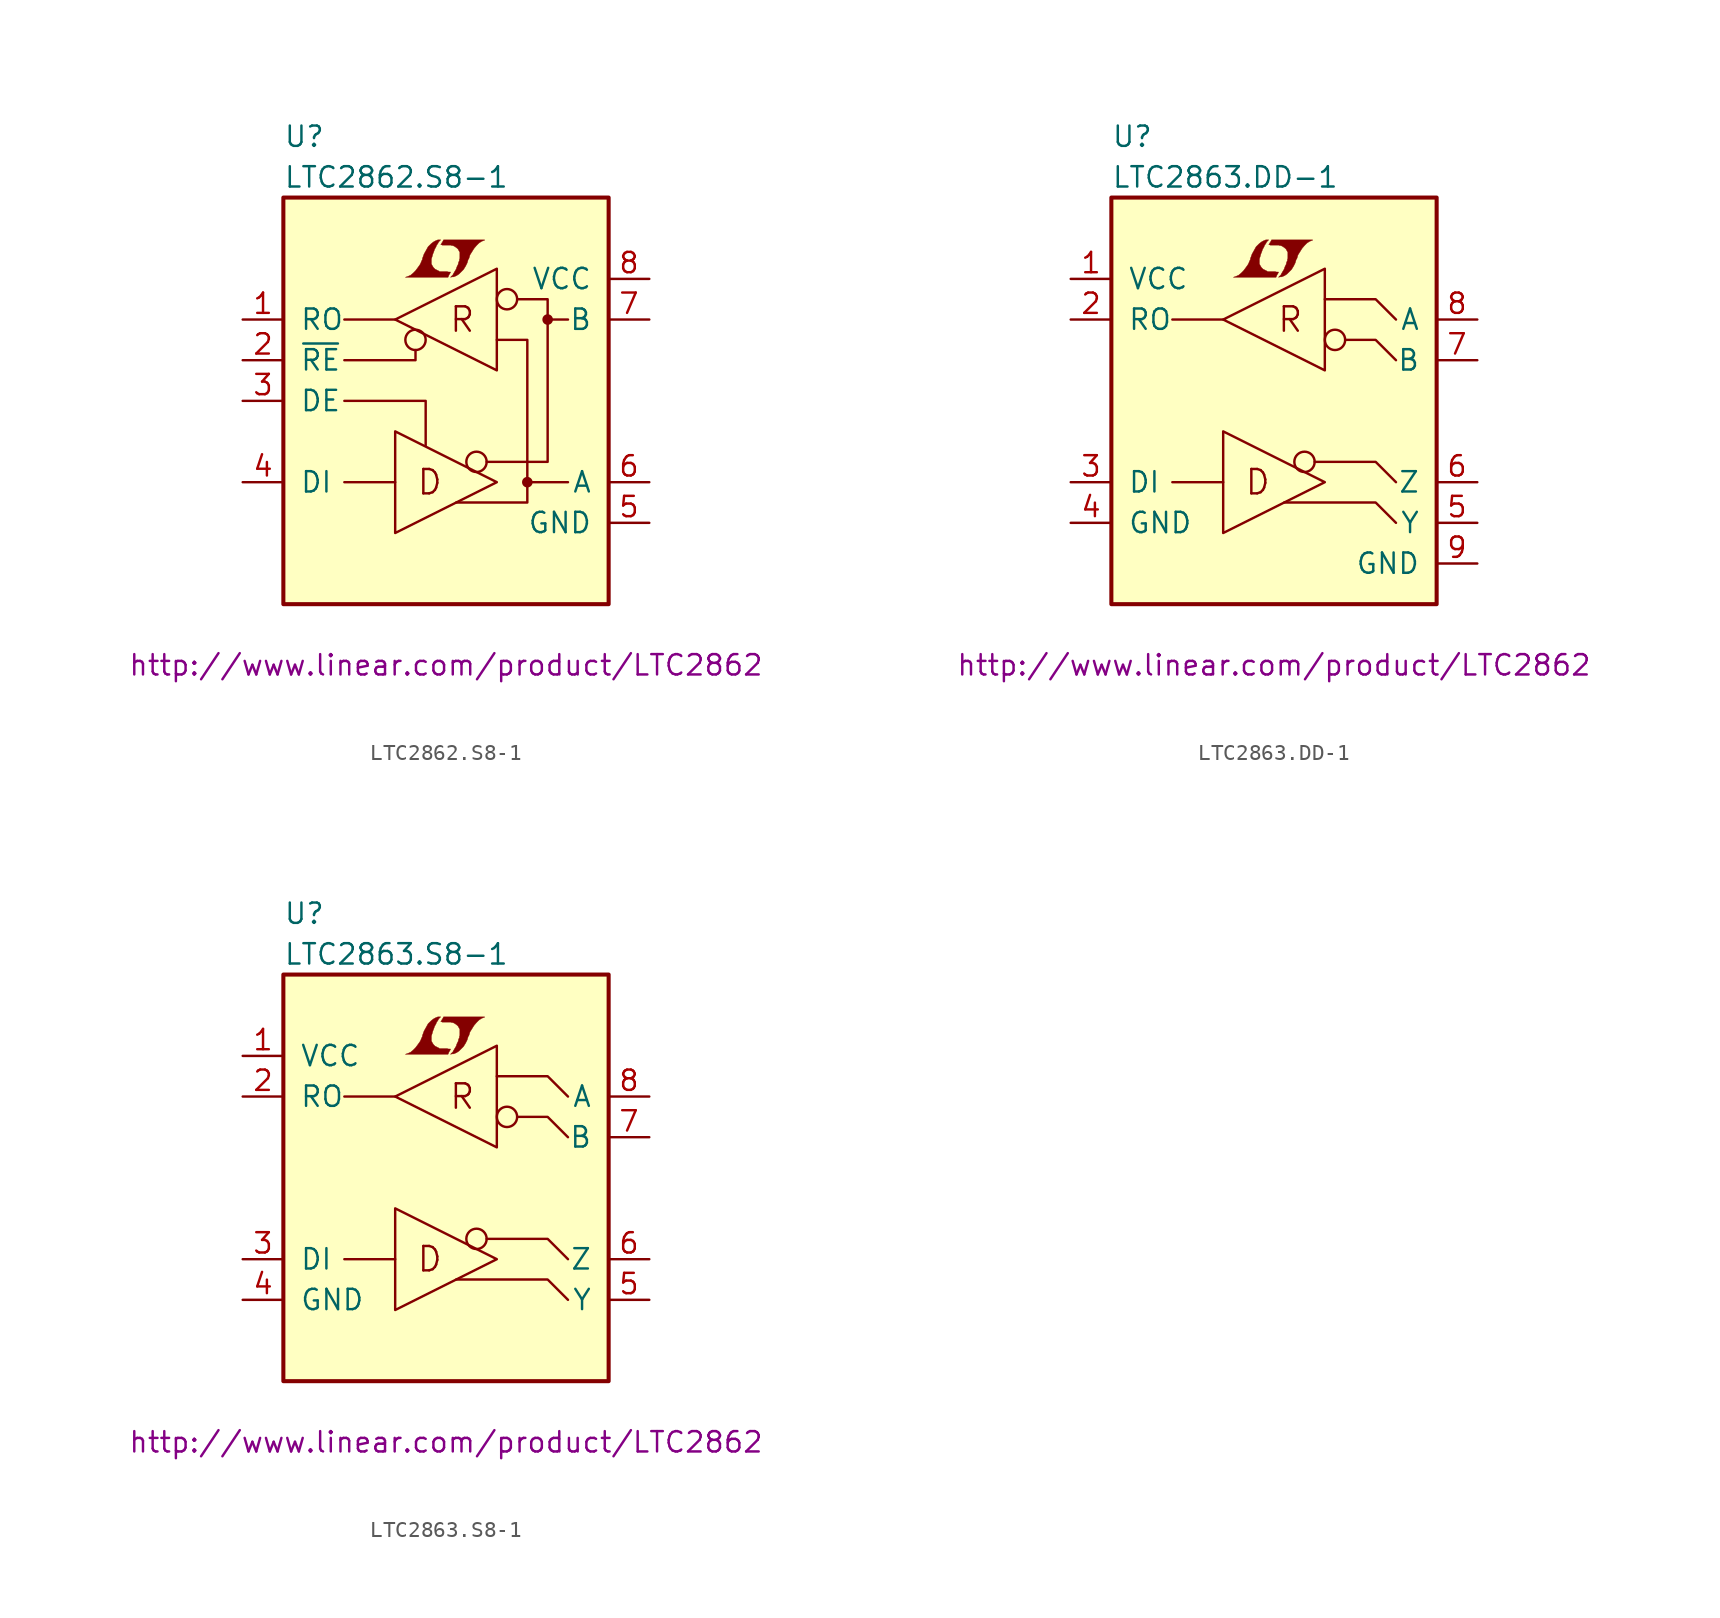
<source format=kicad_sym>
(kicad_symbol_lib
  (version 20201005)
  (generator kicad_symbol_editor)
  (symbol "LTC2862.S8-1"
    (pin_names
      (offset 1.016))
    (property "Reference" "U"
      (at -10.16 16.51 0)
      (effects (font (size 1.27 1.27)) (justify left)))
    (property "Value" "LTC2862.S8-1"
      (at -10.16 13.97 0)
      (effects (font (size 1.27 1.27)) (justify left)))
    (property "Datasheet" "http://www.linear.com/product/LTC2862"
      (at 0 -16.51 0)
      (effects (font (size 1.27 1.27))))
    (symbol "LTC2862.S8-1_0_0"
      (text "D" (at -1.016 -5.08 0) (effects (font (size 1.524 1.524))))
      (text "R" (at 1.016 5.08 0) (effects (font (size 1.524 1.524))))
      (polyline (pts (xy 0.203 7.899) (xy 0.229 7.925) (xy 0.279 8.026) (xy 0.279 8.052) (xy 0.152 8.052) (xy 0.051 8.077) (xy -0.406 8.077) (xy -0.432 8.103) (xy -0.686 8.23) (xy -0.787 8.331) (xy -0.864 8.458) (xy -0.914 8.56) (xy -0.914 8.865) (xy -0.864 9.017) (xy -0.838 9.119) (xy -0.813 9.195) (xy -0.762 9.322) (xy -0.711 9.474) (xy -0.635 9.601) (xy -0.584 9.728) (xy -0.508 9.83) (xy -0.457 9.931) (xy -0.33 10.058) (xy -0.508 10.058) (xy -0.635 10.008) (xy -0.737 9.957) (xy -0.813 9.906) (xy -0.94 9.804) (xy -1.118 9.627) (xy -1.372 9.169) (xy -1.473 8.89) (xy -1.473 8.839) (xy -1.524 8.738) (xy -1.575 8.611) (xy -1.626 8.509) (xy -1.753 8.331) (xy -1.905 8.128) (xy -2.057 7.976) (xy -2.21 7.849) (xy -2.388 7.772) (xy -2.54 7.722) (xy 0.127 7.722) (xy 0.203 7.899)) (stroke (width 0.025)) (fill (type outline)))
      (polyline (pts (xy 0.406 7.747) (xy 0.483 7.747) (xy 0.66 7.823) (xy 0.813 7.925) (xy 1.092 8.204) (xy 1.219 8.407) (xy 1.321 8.611) (xy 1.397 8.865) (xy 1.422 8.865) (xy 1.499 9.119) (xy 1.753 9.525) (xy 1.905 9.703) (xy 2.057 9.855) (xy 2.21 9.957) (xy 2.388 10.033) (xy 2.413 10.033) (xy 2.413 10.058) (xy -0.152 10.058) (xy -0.229 9.906) (xy -0.254 9.881) (xy -0.305 9.779) (xy -0.33 9.754) (xy -0.279 9.754) (xy -0.229 9.728) (xy 0.305 9.728) (xy 0.356 9.703) (xy 0.406 9.703) (xy 0.483 9.677) (xy 0.61 9.601) (xy 0.737 9.5) (xy 0.813 9.373) (xy 0.838 9.322) (xy 0.864 9.296) (xy 0.864 8.89) (xy 0.838 8.839) (xy 0.838 8.763) (xy 0.787 8.661) (xy 0.762 8.534) (xy 0.686 8.382) (xy 0.635 8.23) (xy 0.483 7.976) (xy 0.432 7.874) (xy 0.279 7.722) (xy 0.406 7.747)) (stroke (width 0.025)) (fill (type outline))))
    (symbol "LTC2862.S8-1_0_1"
      (circle (center -1.905 3.81) (radius 0.635) (stroke (width 0)) (fill (type none)))
      (circle (center 1.905 -3.81) (radius 0.635) (stroke (width 0)) (fill (type none)))
      (circle (center 3.81 6.35) (radius 0.635) (stroke (width 0)) (fill (type none)))
      (circle (center 5.08 -5.08) (radius 0.254) (stroke (width 0)) (fill (type outline)))
      (circle (center 6.35 5.08) (radius 0.254) (stroke (width 0)) (fill (type outline)))
      (rectangle (start -10.16 12.7) (end 10.16 -12.7) (stroke (width 0.254)) (fill (type background)))
      (polyline (pts (xy -3.175 -5.08) (xy -6.35 -5.08)) (stroke (width 0)) (fill (type none)))
      (polyline (pts (xy -3.175 5.08) (xy -6.35 5.08)) (stroke (width 0)) (fill (type none)))
      (polyline (pts (xy 7.62 -5.08) (xy 5.08 -5.08)) (stroke (width 0)) (fill (type none)))
      (polyline (pts (xy 7.62 5.08) (xy 6.35 5.08)) (stroke (width 0)) (fill (type none)))
      (polyline (pts (xy -6.35 0) (xy -1.27 0) (xy -1.27 -2.794)) (stroke (width 0)) (fill (type none)))
      (polyline (pts (xy -1.905 3.175) (xy -1.905 2.54) (xy -6.35 2.54)) (stroke (width 0)) (fill (type none)))
      (polyline (pts (xy -3.175 -1.905) (xy -3.175 -8.255) (xy 3.175 -5.08) (xy -3.175 -1.905)) (stroke (width 0)) (fill (type none)))
      (polyline (pts (xy -3.175 5.08) (xy 3.175 1.905) (xy 3.175 8.255) (xy -3.175 5.08)) (stroke (width 0)) (fill (type none)))
      (polyline (pts (xy 0.635 -6.35) (xy 5.08 -6.35) (xy 5.08 3.81) (xy 3.175 3.81)) (stroke (width 0)) (fill (type none)))
      (polyline (pts (xy 4.445 6.35) (xy 6.35 6.35) (xy 6.35 -1.27) (xy 6.35 -3.81) (xy 2.54 -3.81)) (stroke (width 0)) (fill (type none))))
    (symbol "LTC2862.S8-1_1_1"
      (pin tri_state line (at -12.7 5.08 0) (length 2.54) (name "RO" (effects (font (size 1.27 1.27)))) (number "1" (effects (font (size 1.27 1.27)))))
      (pin input line (at -12.7 2.54 0) (length 2.54) (name "~RE~" (effects (font (size 1.27 1.27)))) (number "2" (effects (font (size 1.27 1.27)))))
      (pin input line (at -12.7 0 0) (length 2.54) (name "DE" (effects (font (size 1.27 1.27)))) (number "3" (effects (font (size 1.27 1.27)))))
      (pin passive line (at -12.7 -5.08 0) (length 2.54) (name "DI" (effects (font (size 1.27 1.27)))) (number "4" (effects (font (size 1.27 1.27)))))
      (pin power_in line (at 12.7 -7.62 180) (length 2.54) (name "GND" (effects (font (size 1.27 1.27)))) (number "5" (effects (font (size 1.27 1.27)))))
      (pin passive line (at 12.7 -5.08 180) (length 2.54) (name "A" (effects (font (size 1.27 1.27)))) (number "6" (effects (font (size 1.27 1.27)))))
      (pin passive line (at 12.7 5.08 180) (length 2.54) (name "B" (effects (font (size 1.27 1.27)))) (number "7" (effects (font (size 1.27 1.27)))))
      (pin power_in line (at 12.7 7.62 180) (length 2.54) (name "VCC" (effects (font (size 1.27 1.27)))) (number "8" (effects (font (size 1.27 1.27)))))))
  (symbol "LTC2863.DD-1"
    (pin_names
      (offset 1.016))
    (property "Reference" "U"
      (at -10.16 16.51 0)
      (effects (font (size 1.27 1.27)) (justify left)))
    (property "Value" "LTC2863.DD-1"
      (at -10.16 13.97 0)
      (effects (font (size 1.27 1.27)) (justify left)))
    (property "Datasheet" "http://www.linear.com/product/LTC2862"
      (at 0 -16.51 0)
      (effects (font (size 1.27 1.27))))
    (symbol "LTC2863.DD-1_0_0"
      (text "D" (at -1.016 -5.08 0) (effects (font (size 1.524 1.524))))
      (text "R" (at 1.016 5.08 0) (effects (font (size 1.524 1.524))))
      (polyline (pts (xy 0.635 -6.35) (xy 6.35 -6.35) (xy 7.62 -7.62)) (stroke (width 0)) (fill (type none)))
      (polyline (pts (xy 2.54 -3.81) (xy 6.35 -3.81) (xy 7.62 -5.08)) (stroke (width 0)) (fill (type none)))
      (polyline (pts (xy 3.175 6.35) (xy 6.35 6.35) (xy 7.62 5.08)) (stroke (width 0)) (fill (type none)))
      (polyline (pts (xy 4.445 3.81) (xy 6.35 3.81) (xy 7.62 2.54)) (stroke (width 0)) (fill (type none)))
      (polyline (pts (xy 0.203 7.899) (xy 0.229 7.925) (xy 0.279 8.026) (xy 0.279 8.052) (xy 0.152 8.052) (xy 0.051 8.077) (xy -0.406 8.077) (xy -0.432 8.103) (xy -0.686 8.23) (xy -0.787 8.331) (xy -0.864 8.458) (xy -0.914 8.56) (xy -0.914 8.865) (xy -0.864 9.017) (xy -0.838 9.119) (xy -0.813 9.195) (xy -0.762 9.322) (xy -0.711 9.474) (xy -0.635 9.601) (xy -0.584 9.728) (xy -0.508 9.83) (xy -0.457 9.931) (xy -0.33 10.058) (xy -0.508 10.058) (xy -0.635 10.008) (xy -0.737 9.957) (xy -0.813 9.906) (xy -0.94 9.804) (xy -1.118 9.627) (xy -1.372 9.169) (xy -1.473 8.89) (xy -1.473 8.839) (xy -1.524 8.738) (xy -1.575 8.611) (xy -1.626 8.509) (xy -1.753 8.331) (xy -1.905 8.128) (xy -2.057 7.976) (xy -2.21 7.849) (xy -2.388 7.772) (xy -2.54 7.722) (xy 0.127 7.722) (xy 0.203 7.899)) (stroke (width 0.025)) (fill (type outline)))
      (polyline (pts (xy 0.406 7.747) (xy 0.483 7.747) (xy 0.66 7.823) (xy 0.813 7.925) (xy 1.092 8.204) (xy 1.219 8.407) (xy 1.321 8.611) (xy 1.397 8.865) (xy 1.422 8.865) (xy 1.499 9.119) (xy 1.753 9.525) (xy 1.905 9.703) (xy 2.057 9.855) (xy 2.21 9.957) (xy 2.388 10.033) (xy 2.413 10.033) (xy 2.413 10.058) (xy -0.152 10.058) (xy -0.229 9.906) (xy -0.254 9.881) (xy -0.305 9.779) (xy -0.33 9.754) (xy -0.279 9.754) (xy -0.229 9.728) (xy 0.305 9.728) (xy 0.356 9.703) (xy 0.406 9.703) (xy 0.483 9.677) (xy 0.61 9.601) (xy 0.737 9.5) (xy 0.813 9.373) (xy 0.838 9.322) (xy 0.864 9.296) (xy 0.864 8.89) (xy 0.838 8.839) (xy 0.838 8.763) (xy 0.787 8.661) (xy 0.762 8.534) (xy 0.686 8.382) (xy 0.635 8.23) (xy 0.483 7.976) (xy 0.432 7.874) (xy 0.279 7.722) (xy 0.406 7.747)) (stroke (width 0.025)) (fill (type outline))))
    (symbol "LTC2863.DD-1_0_1"
      (circle (center 1.905 -3.81) (radius 0.635) (stroke (width 0)) (fill (type none)))
      (circle (center 3.81 3.81) (radius 0.635) (stroke (width 0)) (fill (type none)))
      (rectangle (start -10.16 12.7) (end 10.16 -12.7) (stroke (width 0.254)) (fill (type background)))
      (polyline (pts (xy -3.175 -5.08) (xy -6.35 -5.08)) (stroke (width 0)) (fill (type none)))
      (polyline (pts (xy -3.175 5.08) (xy -6.35 5.08)) (stroke (width 0)) (fill (type none)))
      (polyline (pts (xy -3.175 -1.905) (xy -3.175 -8.255) (xy 3.175 -5.08) (xy -3.175 -1.905)) (stroke (width 0)) (fill (type none)))
      (polyline (pts (xy -3.175 5.08) (xy 3.175 1.905) (xy 3.175 8.255) (xy -3.175 5.08)) (stroke (width 0)) (fill (type none))))
    (symbol "LTC2863.DD-1_1_1"
      (pin power_in line (at -12.7 7.62 0) (length 2.54) (name "VCC" (effects (font (size 1.27 1.27)))) (number "1" (effects (font (size 1.27 1.27)))))
      (pin output line (at -12.7 5.08 0) (length 2.54) (name "RO" (effects (font (size 1.27 1.27)))) (number "2" (effects (font (size 1.27 1.27)))))
      (pin input line (at -12.7 -5.08 0) (length 2.54) (name "DI" (effects (font (size 1.27 1.27)))) (number "3" (effects (font (size 1.27 1.27)))))
      (pin power_in line (at -12.7 -7.62 0) (length 2.54) (name "GND" (effects (font (size 1.27 1.27)))) (number "4" (effects (font (size 1.27 1.27)))))
      (pin passive line (at 12.7 -7.62 180) (length 2.54) (name "Y" (effects (font (size 1.27 1.27)))) (number "5" (effects (font (size 1.27 1.27)))))
      (pin passive line (at 12.7 -5.08 180) (length 2.54) (name "Z" (effects (font (size 1.27 1.27)))) (number "6" (effects (font (size 1.27 1.27)))))
      (pin passive line (at 12.7 2.54 180) (length 2.54) (name "B" (effects (font (size 1.27 1.27)))) (number "7" (effects (font (size 1.27 1.27)))))
      (pin passive line (at 12.7 5.08 180) (length 2.54) (name "A" (effects (font (size 1.27 1.27)))) (number "8" (effects (font (size 1.27 1.27)))))
      (pin power_in line (at 12.7 -10.16 180) (length 2.54) (name "GND" (effects (font (size 1.27 1.27)))) (number "9" (effects (font (size 1.27 1.27)))))))
  (symbol "LTC2863.S8-1"
    (pin_names
      (offset 1.016))
    (property "Reference" "U"
      (at -10.16 16.51 0)
      (effects (font (size 1.27 1.27)) (justify left)))
    (property "Value" "LTC2863.S8-1"
      (at -10.16 13.97 0)
      (effects (font (size 1.27 1.27)) (justify left)))
    (property "Datasheet" "http://www.linear.com/product/LTC2862"
      (at 0 -16.51 0)
      (effects (font (size 1.27 1.27))))
    (symbol "LTC2863.S8-1_0_0"
      (text "D" (at -1.016 -5.08 0) (effects (font (size 1.524 1.524))))
      (text "R" (at 1.016 5.08 0) (effects (font (size 1.524 1.524))))
      (polyline (pts (xy 0.635 -6.35) (xy 6.35 -6.35) (xy 7.62 -7.62)) (stroke (width 0)) (fill (type none)))
      (polyline (pts (xy 2.54 -3.81) (xy 6.35 -3.81) (xy 7.62 -5.08)) (stroke (width 0)) (fill (type none)))
      (polyline (pts (xy 3.175 6.35) (xy 6.35 6.35) (xy 7.62 5.08)) (stroke (width 0)) (fill (type none)))
      (polyline (pts (xy 4.445 3.81) (xy 6.35 3.81) (xy 7.62 2.54)) (stroke (width 0)) (fill (type none)))
      (polyline (pts (xy 0.203 7.899) (xy 0.229 7.925) (xy 0.279 8.026) (xy 0.279 8.052) (xy 0.152 8.052) (xy 0.051 8.077) (xy -0.406 8.077) (xy -0.432 8.103) (xy -0.686 8.23) (xy -0.787 8.331) (xy -0.864 8.458) (xy -0.914 8.56) (xy -0.914 8.865) (xy -0.864 9.017) (xy -0.838 9.119) (xy -0.813 9.195) (xy -0.762 9.322) (xy -0.711 9.474) (xy -0.635 9.601) (xy -0.584 9.728) (xy -0.508 9.83) (xy -0.457 9.931) (xy -0.33 10.058) (xy -0.508 10.058) (xy -0.635 10.008) (xy -0.737 9.957) (xy -0.813 9.906) (xy -0.94 9.804) (xy -1.118 9.627) (xy -1.372 9.169) (xy -1.473 8.89) (xy -1.473 8.839) (xy -1.524 8.738) (xy -1.575 8.611) (xy -1.626 8.509) (xy -1.753 8.331) (xy -1.905 8.128) (xy -2.057 7.976) (xy -2.21 7.849) (xy -2.388 7.772) (xy -2.54 7.722) (xy 0.127 7.722) (xy 0.203 7.899)) (stroke (width 0.025)) (fill (type outline)))
      (polyline (pts (xy 0.406 7.747) (xy 0.483 7.747) (xy 0.66 7.823) (xy 0.813 7.925) (xy 1.092 8.204) (xy 1.219 8.407) (xy 1.321 8.611) (xy 1.397 8.865) (xy 1.422 8.865) (xy 1.499 9.119) (xy 1.753 9.525) (xy 1.905 9.703) (xy 2.057 9.855) (xy 2.21 9.957) (xy 2.388 10.033) (xy 2.413 10.033) (xy 2.413 10.058) (xy -0.152 10.058) (xy -0.229 9.906) (xy -0.254 9.881) (xy -0.305 9.779) (xy -0.33 9.754) (xy -0.279 9.754) (xy -0.229 9.728) (xy 0.305 9.728) (xy 0.356 9.703) (xy 0.406 9.703) (xy 0.483 9.677) (xy 0.61 9.601) (xy 0.737 9.5) (xy 0.813 9.373) (xy 0.838 9.322) (xy 0.864 9.296) (xy 0.864 8.89) (xy 0.838 8.839) (xy 0.838 8.763) (xy 0.787 8.661) (xy 0.762 8.534) (xy 0.686 8.382) (xy 0.635 8.23) (xy 0.483 7.976) (xy 0.432 7.874) (xy 0.279 7.722) (xy 0.406 7.747)) (stroke (width 0.025)) (fill (type outline))))
    (symbol "LTC2863.S8-1_0_1"
      (circle (center 1.905 -3.81) (radius 0.635) (stroke (width 0)) (fill (type none)))
      (circle (center 3.81 3.81) (radius 0.635) (stroke (width 0)) (fill (type none)))
      (rectangle (start -10.16 12.7) (end 10.16 -12.7) (stroke (width 0.254)) (fill (type background)))
      (polyline (pts (xy -3.175 -5.08) (xy -6.35 -5.08)) (stroke (width 0)) (fill (type none)))
      (polyline (pts (xy -3.175 5.08) (xy -6.35 5.08)) (stroke (width 0)) (fill (type none)))
      (polyline (pts (xy -3.175 -1.905) (xy -3.175 -8.255) (xy 3.175 -5.08) (xy -3.175 -1.905)) (stroke (width 0)) (fill (type none)))
      (polyline (pts (xy -3.175 5.08) (xy 3.175 1.905) (xy 3.175 8.255) (xy -3.175 5.08)) (stroke (width 0)) (fill (type none))))
    (symbol "LTC2863.S8-1_1_1"
      (pin power_in line (at -12.7 7.62 0) (length 2.54) (name "VCC" (effects (font (size 1.27 1.27)))) (number "1" (effects (font (size 1.27 1.27)))))
      (pin output line (at -12.7 5.08 0) (length 2.54) (name "RO" (effects (font (size 1.27 1.27)))) (number "2" (effects (font (size 1.27 1.27)))))
      (pin input line (at -12.7 -5.08 0) (length 2.54) (name "DI" (effects (font (size 1.27 1.27)))) (number "3" (effects (font (size 1.27 1.27)))))
      (pin power_in line (at -12.7 -7.62 0) (length 2.54) (name "GND" (effects (font (size 1.27 1.27)))) (number "4" (effects (font (size 1.27 1.27)))))
      (pin passive line (at 12.7 -7.62 180) (length 2.54) (name "Y" (effects (font (size 1.27 1.27)))) (number "5" (effects (font (size 1.27 1.27)))))
      (pin passive line (at 12.7 -5.08 180) (length 2.54) (name "Z" (effects (font (size 1.27 1.27)))) (number "6" (effects (font (size 1.27 1.27)))))
      (pin passive line (at 12.7 2.54 180) (length 2.54) (name "B" (effects (font (size 1.27 1.27)))) (number "7" (effects (font (size 1.27 1.27)))))
      (pin passive line (at 12.7 5.08 180) (length 2.54) (name "A" (effects (font (size 1.27 1.27)))) (number "8" (effects (font (size 1.27 1.27))))))))
</source>
